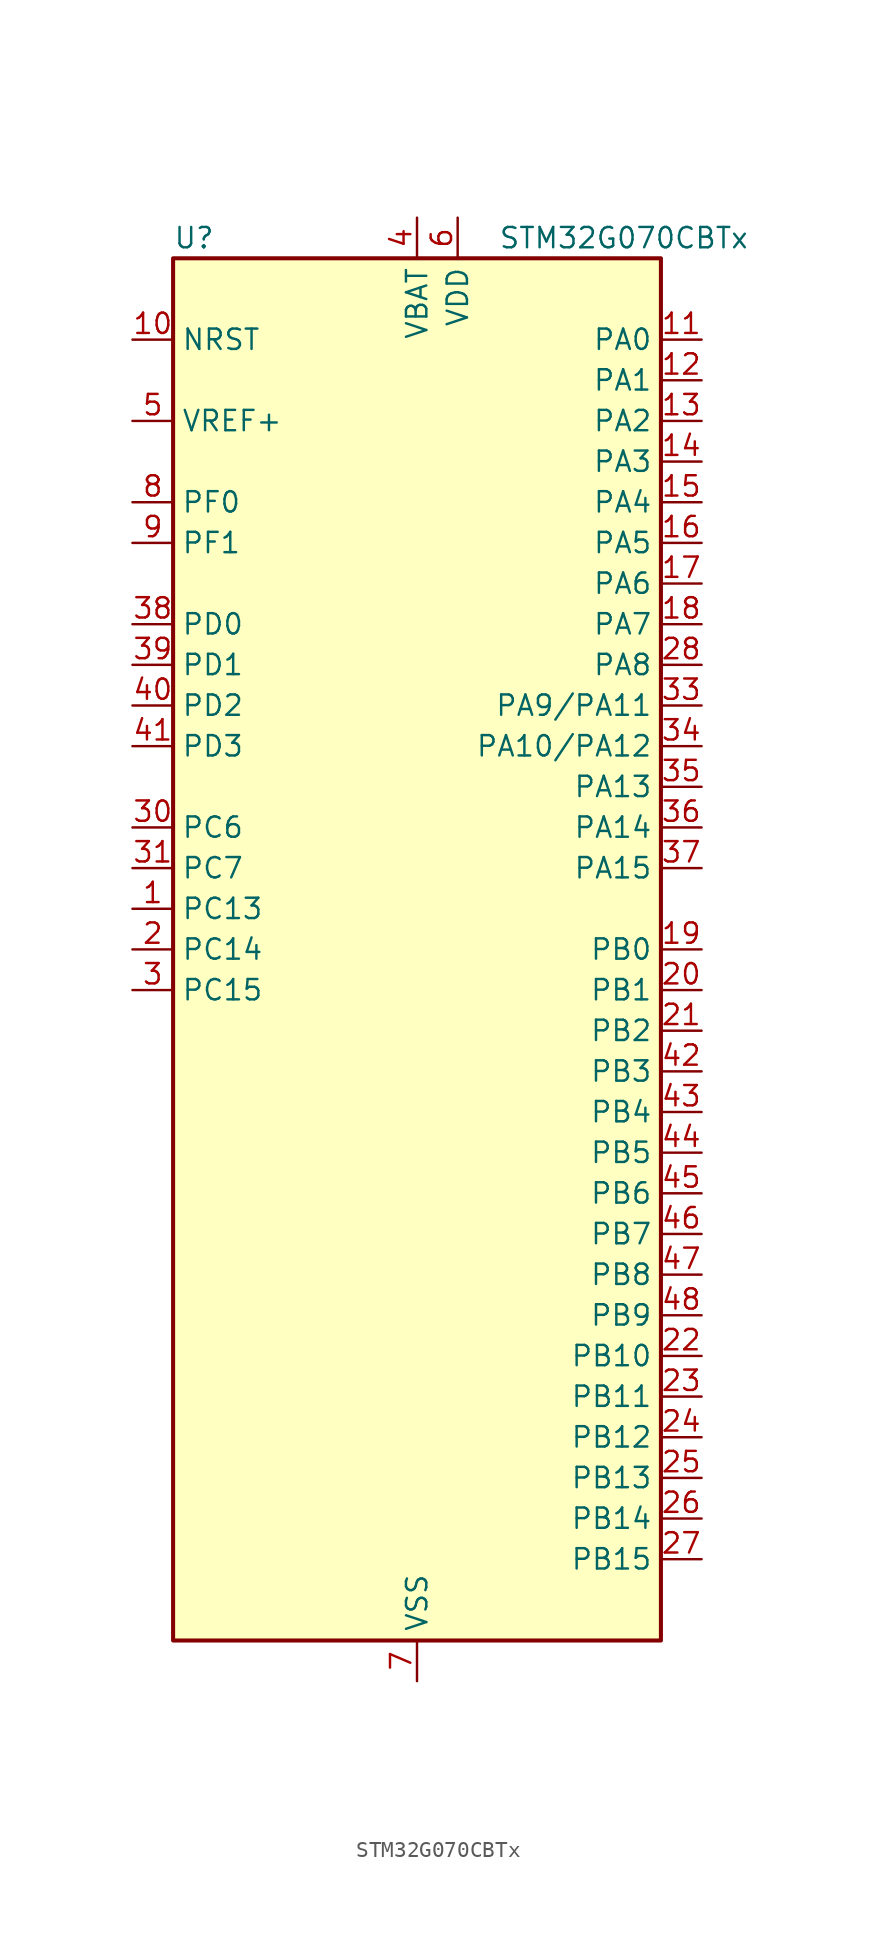
<source format=kicad_sym>
(kicad_symbol_lib
  (version 20241209)
  (generator "kicad_symbol_editor")
  (generator_version "9.0")
  (symbol "STM32G070CBTx"
    (property "Reference" "U"
      (at -15.24 44.45 0)
      (effects (font (size 1.27 1.27)) (justify left)))
    (property "Value" "STM32G070CBTx"
      (at 5.08 44.45 0)
      (effects (font (size 1.27 1.27)) (justify left)))
    (symbol "STM32G070CBTx_0_1"
      (rectangle (start -15.24 -43.18) (end 15.24 43.18) (stroke (width 0.254) (type default)) (fill (type background))))
    (symbol "STM32G070CBTx_1_1"
      (pin input line (at -17.78 38.1 0) (length 2.54) (name "NRST" (effects (font (size 1.27 1.27)))) (number "10" (effects (font (size 1.27 1.27)))))
      (pin input line (at -17.78 33.02 0) (length 2.54) (name "VREF+" (effects (font (size 1.27 1.27)))) (number "5" (effects (font (size 1.27 1.27)))))
      (pin bidirectional line (at -17.78 27.94 0) (length 2.54) (name "PF0" (effects (font (size 1.27 1.27)))) (number "8" (effects (font (size 1.27 1.27)))) (alternate "RCC_OSC_IN" bidirectional line) (alternate "TIM14_CH1" bidirectional line))
      (pin bidirectional line (at -17.78 25.4 0) (length 2.54) (name "PF1" (effects (font (size 1.27 1.27)))) (number "9" (effects (font (size 1.27 1.27)))) (alternate "RCC_OSC_EN" bidirectional line) (alternate "RCC_OSC_OUT" bidirectional line) (alternate "TIM15_CH1N" bidirectional line))
      (pin bidirectional line (at -17.78 20.32 0) (length 2.54) (name "PD0" (effects (font (size 1.27 1.27)))) (number "38" (effects (font (size 1.27 1.27)))) (alternate "SPI2_NSS" bidirectional line) (alternate "TIM16_CH1" bidirectional line))
      (pin bidirectional line (at -17.78 17.78 0) (length 2.54) (name "PD1" (effects (font (size 1.27 1.27)))) (number "39" (effects (font (size 1.27 1.27)))) (alternate "SPI2_SCK" bidirectional line) (alternate "TIM17_CH1" bidirectional line))
      (pin bidirectional line (at -17.78 15.24 0) (length 2.54) (name "PD2" (effects (font (size 1.27 1.27)))) (number "40" (effects (font (size 1.27 1.27)))) (alternate "TIM1_CH1N" bidirectional line) (alternate "TIM3_ETR" bidirectional line) (alternate "USART3_CK" bidirectional line) (alternate "USART3_DE" bidirectional line) (alternate "USART3_RTS" bidirectional line))
      (pin bidirectional line (at -17.78 12.7 0) (length 2.54) (name "PD3" (effects (font (size 1.27 1.27)))) (number "41" (effects (font (size 1.27 1.27)))) (alternate "SPI2_MISO" bidirectional line) (alternate "TIM1_CH2N" bidirectional line) (alternate "USART2_CTS" bidirectional line) (alternate "USART2_NSS" bidirectional line))
      (pin bidirectional line (at -17.78 7.62 0) (length 2.54) (name "PC6" (effects (font (size 1.27 1.27)))) (number "30" (effects (font (size 1.27 1.27)))) (alternate "TIM3_CH1" bidirectional line))
      (pin bidirectional line (at -17.78 5.08 0) (length 2.54) (name "PC7" (effects (font (size 1.27 1.27)))) (number "31" (effects (font (size 1.27 1.27)))) (alternate "TIM3_CH2" bidirectional line))
      (pin bidirectional line (at -17.78 2.54 0) (length 2.54) (name "PC13" (effects (font (size 1.27 1.27)))) (number "1" (effects (font (size 1.27 1.27)))) (alternate "RTC_OUT_ALARM" bidirectional line) (alternate "RTC_OUT_CALIB" bidirectional line) (alternate "RTC_TAMP_IN1" bidirectional line) (alternate "RTC_TS" bidirectional line) (alternate "SYS_WKUP2" bidirectional line) (alternate "TIM1_BK" bidirectional line))
      (pin bidirectional line (at -17.78 0 0) (length 2.54) (name "PC14" (effects (font (size 1.27 1.27)))) (number "2" (effects (font (size 1.27 1.27)))) (alternate "RCC_OSC32_IN" bidirectional line) (alternate "TIM1_BK2" bidirectional line))
      (pin bidirectional line (at -17.78 -2.54 0) (length 2.54) (name "PC15" (effects (font (size 1.27 1.27)))) (number "3" (effects (font (size 1.27 1.27)))) (alternate "RCC_OSC32_EN" bidirectional line) (alternate "RCC_OSC32_OUT" bidirectional line) (alternate "RCC_OSC_EN" bidirectional line) (alternate "TIM15_BK" bidirectional line))
      (pin no_connect line (at -15.24 -40.64 0) (length 2.54) (hide yes) (name "NC/PA10" (effects (font (size 1.27 1.27)))) (number "32" (effects (font (size 1.27 1.27)))) (alternate "I2C1_SDA (PA10)" bidirectional line) (alternate "NC" bidirectional line) (alternate "PA10" bidirectional line) (alternate "SPI2_MOSI (PA10)" bidirectional line) (alternate "TIM17_BK (PA10)" bidirectional line) (alternate "TIM1_CH3 (PA10)" bidirectional line) (alternate "USART1_RX (PA10)" bidirectional line))
      (pin no_connect line (at -15.24 -43.18 0) (length 2.54) (hide yes) (name "NC/PA9" (effects (font (size 1.27 1.27)))) (number "29" (effects (font (size 1.27 1.27)))) (alternate "I2C1_SCL (PA9)" bidirectional line) (alternate "NC" bidirectional line) (alternate "PA9" bidirectional line) (alternate "RCC_MCO (PA9)" bidirectional line) (alternate "SPI2_MISO (PA9)" bidirectional line) (alternate "TIM15_BK (PA9)" bidirectional line) (alternate "TIM1_CH2 (PA9)" bidirectional line) (alternate "USART1_TX (PA9)" bidirectional line))
      (pin power_in line (at 0 45.72 270) (length 2.54) (name "VBAT" (effects (font (size 1.27 1.27)))) (number "4" (effects (font (size 1.27 1.27)))))
      (pin power_in line (at 0 -45.72 90) (length 2.54) (name "VSS" (effects (font (size 1.27 1.27)))) (number "7" (effects (font (size 1.27 1.27)))))
      (pin power_in line (at 2.54 45.72 270) (length 2.54) (name "VDD" (effects (font (size 1.27 1.27)))) (number "6" (effects (font (size 1.27 1.27)))))
      (pin bidirectional line (at 17.78 38.1 180) (length 2.54) (name "PA0" (effects (font (size 1.27 1.27)))) (number "11" (effects (font (size 1.27 1.27)))) (alternate "ADC1_IN0" bidirectional line) (alternate "RTC_TAMP_IN2" bidirectional line) (alternate "SPI2_SCK" bidirectional line) (alternate "SYS_WKUP1" bidirectional line) (alternate "USART2_CTS" bidirectional line) (alternate "USART2_NSS" bidirectional line) (alternate "USART4_TX" bidirectional line))
      (pin bidirectional line (at 17.78 35.56 180) (length 2.54) (name "PA1" (effects (font (size 1.27 1.27)))) (number "12" (effects (font (size 1.27 1.27)))) (alternate "ADC1_IN1" bidirectional line) (alternate "I2C1_SMBA" bidirectional line) (alternate "I2S1_CK" bidirectional line) (alternate "SPI1_SCK" bidirectional line) (alternate "TIM15_CH1N" bidirectional line) (alternate "USART2_CK" bidirectional line) (alternate "USART2_DE" bidirectional line) (alternate "USART2_RTS" bidirectional line) (alternate "USART4_RX" bidirectional line))
      (pin bidirectional line (at 17.78 33.02 180) (length 2.54) (name "PA2" (effects (font (size 1.27 1.27)))) (number "13" (effects (font (size 1.27 1.27)))) (alternate "ADC1_IN2" bidirectional line) (alternate "I2S1_SD" bidirectional line) (alternate "RCC_LSCO" bidirectional line) (alternate "SPI1_MOSI" bidirectional line) (alternate "SYS_WKUP4" bidirectional line) (alternate "TIM15_CH1" bidirectional line) (alternate "USART2_TX" bidirectional line))
      (pin bidirectional line (at 17.78 30.48 180) (length 2.54) (name "PA3" (effects (font (size 1.27 1.27)))) (number "14" (effects (font (size 1.27 1.27)))) (alternate "ADC1_IN3" bidirectional line) (alternate "SPI2_MISO" bidirectional line) (alternate "TIM15_CH2" bidirectional line) (alternate "USART2_RX" bidirectional line))
      (pin bidirectional line (at 17.78 27.94 180) (length 2.54) (name "PA4" (effects (font (size 1.27 1.27)))) (number "15" (effects (font (size 1.27 1.27)))) (alternate "ADC1_IN4" bidirectional line) (alternate "I2S1_WS" bidirectional line) (alternate "RTC_OUT_ALARM" bidirectional line) (alternate "RTC_OUT_CALIB" bidirectional line) (alternate "SPI1_NSS" bidirectional line) (alternate "SPI2_MOSI" bidirectional line) (alternate "TIM14_CH1" bidirectional line))
      (pin bidirectional line (at 17.78 25.4 180) (length 2.54) (name "PA5" (effects (font (size 1.27 1.27)))) (number "16" (effects (font (size 1.27 1.27)))) (alternate "ADC1_IN5" bidirectional line) (alternate "I2S1_CK" bidirectional line) (alternate "SPI1_SCK" bidirectional line) (alternate "USART3_TX" bidirectional line))
      (pin bidirectional line (at 17.78 22.86 180) (length 2.54) (name "PA6" (effects (font (size 1.27 1.27)))) (number "17" (effects (font (size 1.27 1.27)))) (alternate "ADC1_IN6" bidirectional line) (alternate "I2S1_MCK" bidirectional line) (alternate "SPI1_MISO" bidirectional line) (alternate "TIM16_CH1" bidirectional line) (alternate "TIM1_BK" bidirectional line) (alternate "TIM3_CH1" bidirectional line) (alternate "USART3_CTS" bidirectional line) (alternate "USART3_NSS" bidirectional line))
      (pin bidirectional line (at 17.78 20.32 180) (length 2.54) (name "PA7" (effects (font (size 1.27 1.27)))) (number "18" (effects (font (size 1.27 1.27)))) (alternate "ADC1_IN7" bidirectional line) (alternate "I2S1_SD" bidirectional line) (alternate "SPI1_MOSI" bidirectional line) (alternate "TIM14_CH1" bidirectional line) (alternate "TIM17_CH1" bidirectional line) (alternate "TIM1_CH1N" bidirectional line) (alternate "TIM3_CH2" bidirectional line))
      (pin bidirectional line (at 17.78 17.78 180) (length 2.54) (name "PA8" (effects (font (size 1.27 1.27)))) (number "28" (effects (font (size 1.27 1.27)))) (alternate "RCC_MCO" bidirectional line) (alternate "SPI2_NSS" bidirectional line) (alternate "TIM1_CH1" bidirectional line))
      (pin bidirectional line (at 17.78 15.24 180) (length 2.54) (name "PA9/PA11" (effects (font (size 1.27 1.27)))) (number "33" (effects (font (size 1.27 1.27)))) (alternate "ADC1_EXTI11 (PA11)" bidirectional line) (alternate "I2C1_SCL (PA9)" bidirectional line) (alternate "I2C2_SCL (PA11)" bidirectional line) (alternate "I2S1_MCK (PA11)" bidirectional line) (alternate "PA11" bidirectional line) (alternate "PA9" bidirectional line) (alternate "RCC_MCO (PA9)" bidirectional line) (alternate "SPI1_MISO (PA11)" bidirectional line) (alternate "SPI2_MISO (PA9)" bidirectional line) (alternate "TIM15_BK (PA9)" bidirectional line) (alternate "TIM1_BK2 (PA11)" bidirectional line) (alternate "TIM1_CH2 (PA9)" bidirectional line) (alternate "TIM1_CH4 (PA11)" bidirectional line) (alternate "USART1_CTS (PA11)" bidirectional line) (alternate "USART1_NSS (PA11)" bidirectional line) (alternate "USART1_TX (PA9)" bidirectional line))
      (pin bidirectional line (at 17.78 12.7 180) (length 2.54) (name "PA10/PA12" (effects (font (size 1.27 1.27)))) (number "34" (effects (font (size 1.27 1.27)))) (alternate "I2C1_SDA (PA10)" bidirectional line) (alternate "I2C2_SDA (PA12)" bidirectional line) (alternate "I2S1_SD (PA12)" bidirectional line) (alternate "I2S_CKIN (PA12)" bidirectional line) (alternate "PA10" bidirectional line) (alternate "PA12" bidirectional line) (alternate "SPI1_MOSI (PA12)" bidirectional line) (alternate "SPI2_MOSI (PA10)" bidirectional line) (alternate "TIM17_BK (PA10)" bidirectional line) (alternate "TIM1_CH3 (PA10)" bidirectional line) (alternate "TIM1_ETR (PA12)" bidirectional line) (alternate "USART1_CK (PA12)" bidirectional line) (alternate "USART1_DE (PA12)" bidirectional line) (alternate "USART1_RTS (PA12)" bidirectional line) (alternate "USART1_RX (PA10)" bidirectional line))
      (pin bidirectional line (at 17.78 10.16 180) (length 2.54) (name "PA13" (effects (font (size 1.27 1.27)))) (number "35" (effects (font (size 1.27 1.27)))) (alternate "IR_OUT" bidirectional line) (alternate "SYS_SWDIO" bidirectional line))
      (pin bidirectional line (at 17.78 7.62 180) (length 2.54) (name "PA14" (effects (font (size 1.27 1.27)))) (number "36" (effects (font (size 1.27 1.27)))) (alternate "SYS_SWCLK" bidirectional line) (alternate "USART2_TX" bidirectional line))
      (pin bidirectional line (at 17.78 5.08 180) (length 2.54) (name "PA15" (effects (font (size 1.27 1.27)))) (number "37" (effects (font (size 1.27 1.27)))) (alternate "I2S1_WS" bidirectional line) (alternate "SPI1_NSS" bidirectional line) (alternate "USART2_RX" bidirectional line) (alternate "USART3_CK" bidirectional line) (alternate "USART3_DE" bidirectional line) (alternate "USART3_RTS" bidirectional line) (alternate "USART4_CK" bidirectional line) (alternate "USART4_DE" bidirectional line) (alternate "USART4_RTS" bidirectional line))
      (pin bidirectional line (at 17.78 0 180) (length 2.54) (name "PB0" (effects (font (size 1.27 1.27)))) (number "19" (effects (font (size 1.27 1.27)))) (alternate "ADC1_IN8" bidirectional line) (alternate "I2S1_WS" bidirectional line) (alternate "SPI1_NSS" bidirectional line) (alternate "TIM1_CH2N" bidirectional line) (alternate "TIM3_CH3" bidirectional line) (alternate "USART3_RX" bidirectional line))
      (pin bidirectional line (at 17.78 -2.54 180) (length 2.54) (name "PB1" (effects (font (size 1.27 1.27)))) (number "20" (effects (font (size 1.27 1.27)))) (alternate "ADC1_IN9" bidirectional line) (alternate "TIM14_CH1" bidirectional line) (alternate "TIM1_CH3N" bidirectional line) (alternate "TIM3_CH4" bidirectional line) (alternate "USART3_CK" bidirectional line) (alternate "USART3_DE" bidirectional line) (alternate "USART3_RTS" bidirectional line))
      (pin bidirectional line (at 17.78 -5.08 180) (length 2.54) (name "PB2" (effects (font (size 1.27 1.27)))) (number "21" (effects (font (size 1.27 1.27)))) (alternate "ADC1_IN10" bidirectional line) (alternate "SPI2_MISO" bidirectional line) (alternate "USART3_TX" bidirectional line))
      (pin bidirectional line (at 17.78 -7.62 180) (length 2.54) (name "PB3" (effects (font (size 1.27 1.27)))) (number "42" (effects (font (size 1.27 1.27)))) (alternate "I2S1_CK" bidirectional line) (alternate "SPI1_SCK" bidirectional line) (alternate "TIM1_CH2" bidirectional line) (alternate "USART1_CK" bidirectional line) (alternate "USART1_DE" bidirectional line) (alternate "USART1_RTS" bidirectional line))
      (pin bidirectional line (at 17.78 -10.16 180) (length 2.54) (name "PB4" (effects (font (size 1.27 1.27)))) (number "43" (effects (font (size 1.27 1.27)))) (alternate "I2S1_MCK" bidirectional line) (alternate "SPI1_MISO" bidirectional line) (alternate "TIM17_BK" bidirectional line) (alternate "TIM3_CH1" bidirectional line) (alternate "USART1_CTS" bidirectional line) (alternate "USART1_NSS" bidirectional line))
      (pin bidirectional line (at 17.78 -12.7 180) (length 2.54) (name "PB5" (effects (font (size 1.27 1.27)))) (number "44" (effects (font (size 1.27 1.27)))) (alternate "I2C1_SMBA" bidirectional line) (alternate "I2S1_SD" bidirectional line) (alternate "SPI1_MOSI" bidirectional line) (alternate "SYS_WKUP6" bidirectional line) (alternate "TIM16_BK" bidirectional line) (alternate "TIM3_CH2" bidirectional line))
      (pin bidirectional line (at 17.78 -15.24 180) (length 2.54) (name "PB6" (effects (font (size 1.27 1.27)))) (number "45" (effects (font (size 1.27 1.27)))) (alternate "I2C1_SCL" bidirectional line) (alternate "SPI2_MISO" bidirectional line) (alternate "TIM16_CH1N" bidirectional line) (alternate "TIM1_CH3" bidirectional line) (alternate "USART1_TX" bidirectional line))
      (pin bidirectional line (at 17.78 -17.78 180) (length 2.54) (name "PB7" (effects (font (size 1.27 1.27)))) (number "46" (effects (font (size 1.27 1.27)))) (alternate "I2C1_SDA" bidirectional line) (alternate "SPI2_MOSI" bidirectional line) (alternate "TIM17_CH1N" bidirectional line) (alternate "USART1_RX" bidirectional line) (alternate "USART4_CTS" bidirectional line) (alternate "USART4_NSS" bidirectional line))
      (pin bidirectional line (at 17.78 -20.32 180) (length 2.54) (name "PB8" (effects (font (size 1.27 1.27)))) (number "47" (effects (font (size 1.27 1.27)))) (alternate "I2C1_SCL" bidirectional line) (alternate "SPI2_SCK" bidirectional line) (alternate "TIM15_BK" bidirectional line) (alternate "TIM16_CH1" bidirectional line) (alternate "USART3_TX" bidirectional line))
      (pin bidirectional line (at 17.78 -22.86 180) (length 2.54) (name "PB9" (effects (font (size 1.27 1.27)))) (number "48" (effects (font (size 1.27 1.27)))) (alternate "I2C1_SDA" bidirectional line) (alternate "IR_OUT" bidirectional line) (alternate "SPI2_NSS" bidirectional line) (alternate "TIM17_CH1" bidirectional line) (alternate "USART3_RX" bidirectional line))
      (pin bidirectional line (at 17.78 -25.4 180) (length 2.54) (name "PB10" (effects (font (size 1.27 1.27)))) (number "22" (effects (font (size 1.27 1.27)))) (alternate "ADC1_IN11" bidirectional line) (alternate "I2C2_SCL" bidirectional line) (alternate "SPI2_SCK" bidirectional line) (alternate "USART3_TX" bidirectional line))
      (pin bidirectional line (at 17.78 -27.94 180) (length 2.54) (name "PB11" (effects (font (size 1.27 1.27)))) (number "23" (effects (font (size 1.27 1.27)))) (alternate "ADC1_EXTI11" bidirectional line) (alternate "ADC1_IN15" bidirectional line) (alternate "I2C2_SDA" bidirectional line) (alternate "SPI2_MOSI" bidirectional line) (alternate "USART3_RX" bidirectional line))
      (pin bidirectional line (at 17.78 -30.48 180) (length 2.54) (name "PB12" (effects (font (size 1.27 1.27)))) (number "24" (effects (font (size 1.27 1.27)))) (alternate "ADC1_IN16" bidirectional line) (alternate "SPI2_NSS" bidirectional line) (alternate "TIM15_BK" bidirectional line) (alternate "TIM1_BK" bidirectional line))
      (pin bidirectional line (at 17.78 -33.02 180) (length 2.54) (name "PB13" (effects (font (size 1.27 1.27)))) (number "25" (effects (font (size 1.27 1.27)))) (alternate "I2C2_SCL" bidirectional line) (alternate "SPI2_SCK" bidirectional line) (alternate "TIM15_CH1N" bidirectional line) (alternate "TIM1_CH1N" bidirectional line) (alternate "USART3_CTS" bidirectional line) (alternate "USART3_NSS" bidirectional line))
      (pin bidirectional line (at 17.78 -35.56 180) (length 2.54) (name "PB14" (effects (font (size 1.27 1.27)))) (number "26" (effects (font (size 1.27 1.27)))) (alternate "I2C2_SDA" bidirectional line) (alternate "SPI2_MISO" bidirectional line) (alternate "TIM15_CH1" bidirectional line) (alternate "TIM1_CH2N" bidirectional line) (alternate "USART3_CK" bidirectional line) (alternate "USART3_DE" bidirectional line) (alternate "USART3_RTS" bidirectional line))
      (pin bidirectional line (at 17.78 -38.1 180) (length 2.54) (name "PB15" (effects (font (size 1.27 1.27)))) (number "27" (effects (font (size 1.27 1.27)))) (alternate "RTC_REFIN" bidirectional line) (alternate "SPI2_MOSI" bidirectional line) (alternate "TIM15_CH1N" bidirectional line) (alternate "TIM15_CH2" bidirectional line) (alternate "TIM1_CH3N" bidirectional line)))))
</source>
